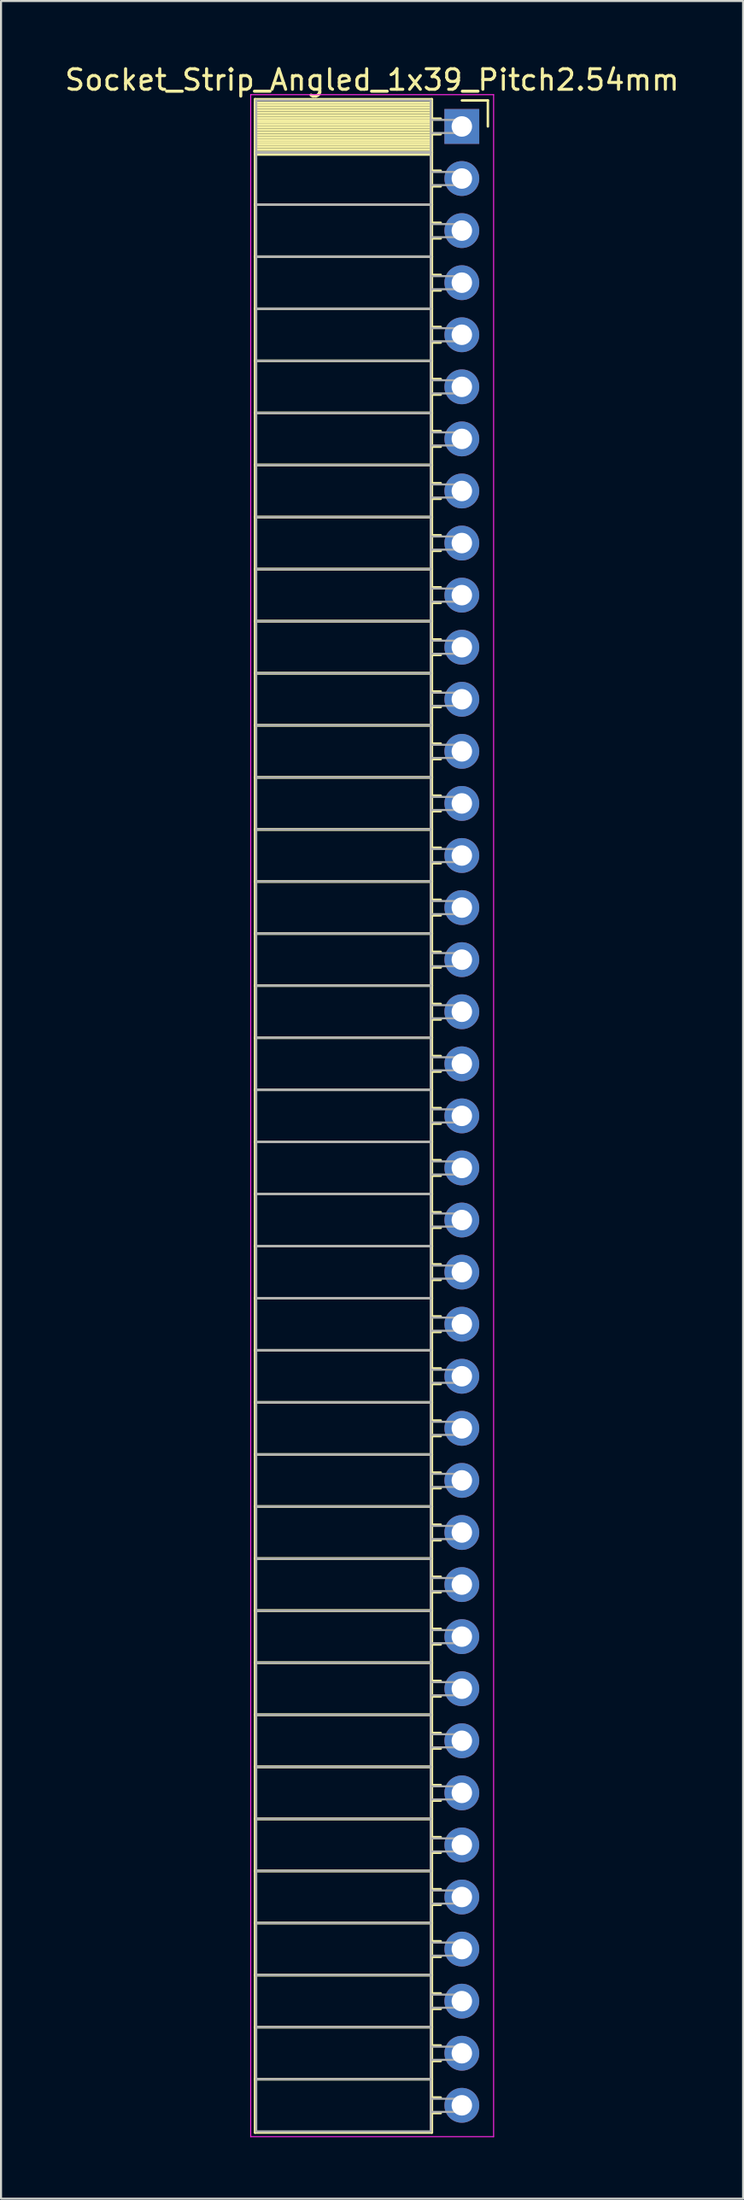
<source format=kicad_pcb>
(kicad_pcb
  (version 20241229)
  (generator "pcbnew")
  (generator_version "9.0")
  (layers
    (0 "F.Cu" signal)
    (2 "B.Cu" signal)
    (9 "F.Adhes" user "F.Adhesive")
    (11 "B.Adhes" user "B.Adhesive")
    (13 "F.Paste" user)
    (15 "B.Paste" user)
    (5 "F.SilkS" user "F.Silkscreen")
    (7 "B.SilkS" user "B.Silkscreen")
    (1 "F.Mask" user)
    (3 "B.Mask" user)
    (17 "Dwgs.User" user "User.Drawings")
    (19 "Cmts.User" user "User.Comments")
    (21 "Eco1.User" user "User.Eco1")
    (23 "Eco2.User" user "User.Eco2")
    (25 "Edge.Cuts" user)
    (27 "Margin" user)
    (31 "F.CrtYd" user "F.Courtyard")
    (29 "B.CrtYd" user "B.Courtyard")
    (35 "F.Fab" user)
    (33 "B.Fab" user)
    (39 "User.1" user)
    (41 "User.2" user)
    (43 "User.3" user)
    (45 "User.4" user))
  (footprint "Socket_Strip_Angled_1x39_Pitch2.54mm"
    (layer "F.Cu")
    (at 19.481 3.118)
    (property "Reference" "Socket_Strip_Angled_1x39_Pitch2.54mm" (at -4.38 -2.27 0) (layer "F.SilkS") (effects (font (size 1 1) (thickness 0.15))))
    (attr through_hole)
    (fp_line (start -10.09 -1.33) (end -1.46 -1.33) (stroke (width 0.12) (type solid)) (layer "F.SilkS"))
    (fp_line (start -10.09 1.27) (end -10.09 -1.33) (stroke (width 0.12) (type solid)) (layer "F.SilkS"))
    (fp_line (start -10.09 1.27) (end -1.46 1.27) (stroke (width 0.12) (type solid)) (layer "F.SilkS"))
    (fp_line (start -10.09 3.81) (end -10.09 1.27) (stroke (width 0.12) (type solid)) (layer "F.SilkS"))
    (fp_line (start -10.09 3.81) (end -1.46 3.81) (stroke (width 0.12) (type solid)) (layer "F.SilkS"))
    (fp_line (start -10.09 6.35) (end -10.09 3.81) (stroke (width 0.12) (type solid)) (layer "F.SilkS"))
    (fp_line (start -10.09 6.35) (end -1.46 6.35) (stroke (width 0.12) (type solid)) (layer "F.SilkS"))
    (fp_line (start -10.09 8.89) (end -10.09 6.35) (stroke (width 0.12) (type solid)) (layer "F.SilkS"))
    (fp_line (start -10.09 8.89) (end -1.46 8.89) (stroke (width 0.12) (type solid)) (layer "F.SilkS"))
    (fp_line (start -10.09 11.43) (end -10.09 8.89) (stroke (width 0.12) (type solid)) (layer "F.SilkS"))
    (fp_line (start -10.09 11.43) (end -1.46 11.43) (stroke (width 0.12) (type solid)) (layer "F.SilkS"))
    (fp_line (start -10.09 13.97) (end -10.09 11.43) (stroke (width 0.12) (type solid)) (layer "F.SilkS"))
    (fp_line (start -10.09 13.97) (end -1.46 13.97) (stroke (width 0.12) (type solid)) (layer "F.SilkS"))
    (fp_line (start -10.09 16.51) (end -10.09 13.97) (stroke (width 0.12) (type solid)) (layer "F.SilkS"))
    (fp_line (start -10.09 16.51) (end -1.46 16.51) (stroke (width 0.12) (type solid)) (layer "F.SilkS"))
    (fp_line (start -10.09 19.05) (end -10.09 16.51) (stroke (width 0.12) (type solid)) (layer "F.SilkS"))
    (fp_line (start -10.09 19.05) (end -1.46 19.05) (stroke (width 0.12) (type solid)) (layer "F.SilkS"))
    (fp_line (start -10.09 21.59) (end -10.09 19.05) (stroke (width 0.12) (type solid)) (layer "F.SilkS"))
    (fp_line (start -10.09 21.59) (end -1.46 21.59) (stroke (width 0.12) (type solid)) (layer "F.SilkS"))
    (fp_line (start -10.09 24.13) (end -10.09 21.59) (stroke (width 0.12) (type solid)) (layer "F.SilkS"))
    (fp_line (start -10.09 24.13) (end -1.46 24.13) (stroke (width 0.12) (type solid)) (layer "F.SilkS"))
    (fp_line (start -10.09 26.67) (end -10.09 24.13) (stroke (width 0.12) (type solid)) (layer "F.SilkS"))
    (fp_line (start -10.09 26.67) (end -1.46 26.67) (stroke (width 0.12) (type solid)) (layer "F.SilkS"))
    (fp_line (start -10.09 29.21) (end -10.09 26.67) (stroke (width 0.12) (type solid)) (layer "F.SilkS"))
    (fp_line (start -10.09 29.21) (end -1.46 29.21) (stroke (width 0.12) (type solid)) (layer "F.SilkS"))
    (fp_line (start -10.09 31.75) (end -10.09 29.21) (stroke (width 0.12) (type solid)) (layer "F.SilkS"))
    (fp_line (start -10.09 31.75) (end -1.46 31.75) (stroke (width 0.12) (type solid)) (layer "F.SilkS"))
    (fp_line (start -10.09 34.29) (end -10.09 31.75) (stroke (width 0.12) (type solid)) (layer "F.SilkS"))
    (fp_line (start -10.09 34.29) (end -1.46 34.29) (stroke (width 0.12) (type solid)) (layer "F.SilkS"))
    (fp_line (start -10.09 36.83) (end -10.09 34.29) (stroke (width 0.12) (type solid)) (layer "F.SilkS"))
    (fp_line (start -10.09 36.83) (end -1.46 36.83) (stroke (width 0.12) (type solid)) (layer "F.SilkS"))
    (fp_line (start -10.09 39.37) (end -10.09 36.83) (stroke (width 0.12) (type solid)) (layer "F.SilkS"))
    (fp_line (start -10.09 39.37) (end -1.46 39.37) (stroke (width 0.12) (type solid)) (layer "F.SilkS"))
    (fp_line (start -10.09 41.91) (end -10.09 39.37) (stroke (width 0.12) (type solid)) (layer "F.SilkS"))
    (fp_line (start -10.09 41.91) (end -1.46 41.91) (stroke (width 0.12) (type solid)) (layer "F.SilkS"))
    (fp_line (start -10.09 44.45) (end -10.09 41.91) (stroke (width 0.12) (type solid)) (layer "F.SilkS"))
    (fp_line (start -10.09 44.45) (end -1.46 44.45) (stroke (width 0.12) (type solid)) (layer "F.SilkS"))
    (fp_line (start -10.09 46.99) (end -10.09 44.45) (stroke (width 0.12) (type solid)) (layer "F.SilkS"))
    (fp_line (start -10.09 46.99) (end -1.46 46.99) (stroke (width 0.12) (type solid)) (layer "F.SilkS"))
    (fp_line (start -10.09 49.53) (end -10.09 46.99) (stroke (width 0.12) (type solid)) (layer "F.SilkS"))
    (fp_line (start -10.09 49.53) (end -1.46 49.53) (stroke (width 0.12) (type solid)) (layer "F.SilkS"))
    (fp_line (start -10.09 52.07) (end -10.09 49.53) (stroke (width 0.12) (type solid)) (layer "F.SilkS"))
    (fp_line (start -10.09 52.07) (end -1.46 52.07) (stroke (width 0.12) (type solid)) (layer "F.SilkS"))
    (fp_line (start -10.09 54.61) (end -10.09 52.07) (stroke (width 0.12) (type solid)) (layer "F.SilkS"))
    (fp_line (start -10.09 54.61) (end -1.46 54.61) (stroke (width 0.12) (type solid)) (layer "F.SilkS"))
    (fp_line (start -10.09 57.15) (end -10.09 54.61) (stroke (width 0.12) (type solid)) (layer "F.SilkS"))
    (fp_line (start -10.09 57.15) (end -1.46 57.15) (stroke (width 0.12) (type solid)) (layer "F.SilkS"))
    (fp_line (start -10.09 59.69) (end -10.09 57.15) (stroke (width 0.12) (type solid)) (layer "F.SilkS"))
    (fp_line (start -10.09 59.69) (end -1.46 59.69) (stroke (width 0.12) (type solid)) (layer "F.SilkS"))
    (fp_line (start -10.09 62.23) (end -10.09 59.69) (stroke (width 0.12) (type solid)) (layer "F.SilkS"))
    (fp_line (start -10.09 62.23) (end -1.46 62.23) (stroke (width 0.12) (type solid)) (layer "F.SilkS"))
    (fp_line (start -10.09 64.77) (end -10.09 62.23) (stroke (width 0.12) (type solid)) (layer "F.SilkS"))
    (fp_line (start -10.09 64.77) (end -1.46 64.77) (stroke (width 0.12) (type solid)) (layer "F.SilkS"))
    (fp_line (start -10.09 67.31) (end -10.09 64.77) (stroke (width 0.12) (type solid)) (layer "F.SilkS"))
    (fp_line (start -10.09 67.31) (end -1.46 67.31) (stroke (width 0.12) (type solid)) (layer "F.SilkS"))
    (fp_line (start -10.09 69.85) (end -10.09 67.31) (stroke (width 0.12) (type solid)) (layer "F.SilkS"))
    (fp_line (start -10.09 69.85) (end -1.46 69.85) (stroke (width 0.12) (type solid)) (layer "F.SilkS"))
    (fp_line (start -10.09 72.39) (end -10.09 69.85) (stroke (width 0.12) (type solid)) (layer "F.SilkS"))
    (fp_line (start -10.09 72.39) (end -1.46 72.39) (stroke (width 0.12) (type solid)) (layer "F.SilkS"))
    (fp_line (start -10.09 74.93) (end -10.09 72.39) (stroke (width 0.12) (type solid)) (layer "F.SilkS"))
    (fp_line (start -10.09 74.93) (end -1.46 74.93) (stroke (width 0.12) (type solid)) (layer "F.SilkS"))
    (fp_line (start -10.09 77.47) (end -10.09 74.93) (stroke (width 0.12) (type solid)) (layer "F.SilkS"))
    (fp_line (start -10.09 77.47) (end -1.46 77.47) (stroke (width 0.12) (type solid)) (layer "F.SilkS"))
    (fp_line (start -10.09 80.01) (end -10.09 77.47) (stroke (width 0.12) (type solid)) (layer "F.SilkS"))
    (fp_line (start -10.09 80.01) (end -1.46 80.01) (stroke (width 0.12) (type solid)) (layer "F.SilkS"))
    (fp_line (start -10.09 82.55) (end -10.09 80.01) (stroke (width 0.12) (type solid)) (layer "F.SilkS"))
    (fp_line (start -10.09 82.55) (end -1.46 82.55) (stroke (width 0.12) (type solid)) (layer "F.SilkS"))
    (fp_line (start -10.09 85.09) (end -10.09 82.55) (stroke (width 0.12) (type solid)) (layer "F.SilkS"))
    (fp_line (start -10.09 85.09) (end -1.46 85.09) (stroke (width 0.12) (type solid)) (layer "F.SilkS"))
    (fp_line (start -10.09 87.63) (end -10.09 85.09) (stroke (width 0.12) (type solid)) (layer "F.SilkS"))
    (fp_line (start -10.09 87.63) (end -1.46 87.63) (stroke (width 0.12) (type solid)) (layer "F.SilkS"))
    (fp_line (start -10.09 90.17) (end -10.09 87.63) (stroke (width 0.12) (type solid)) (layer "F.SilkS"))
    (fp_line (start -10.09 90.17) (end -1.46 90.17) (stroke (width 0.12) (type solid)) (layer "F.SilkS"))
    (fp_line (start -10.09 92.71) (end -10.09 90.17) (stroke (width 0.12) (type solid)) (layer "F.SilkS"))
    (fp_line (start -10.09 92.71) (end -1.46 92.71) (stroke (width 0.12) (type solid)) (layer "F.SilkS"))
    (fp_line (start -10.09 95.25) (end -10.09 92.71) (stroke (width 0.12) (type solid)) (layer "F.SilkS"))
    (fp_line (start -10.09 95.25) (end -1.46 95.25) (stroke (width 0.12) (type solid)) (layer "F.SilkS"))
    (fp_line (start -10.09 97.85) (end -10.09 95.25) (stroke (width 0.12) (type solid)) (layer "F.SilkS"))
    (fp_line (start -1.46 -1.33) (end -1.46 1.27) (stroke (width 0.12) (type solid)) (layer "F.SilkS"))
    (fp_line (start -1.46 -1.15) (end -10.09 -1.15) (stroke (width 0.12) (type solid)) (layer "F.SilkS"))
    (fp_line (start -1.46 -1.03) (end -10.09 -1.03) (stroke (width 0.12) (type solid)) (layer "F.SilkS"))
    (fp_line (start -1.46 -0.91) (end -10.09 -0.91) (stroke (width 0.12) (type solid)) (layer "F.SilkS"))
    (fp_line (start -1.46 -0.79) (end -10.09 -0.79) (stroke (width 0.12) (type solid)) (layer "F.SilkS"))
    (fp_line (start -1.46 -0.67) (end -10.09 -0.67) (stroke (width 0.12) (type solid)) (layer "F.SilkS"))
    (fp_line (start -1.46 -0.55) (end -10.09 -0.55) (stroke (width 0.12) (type solid)) (layer "F.SilkS"))
    (fp_line (start -1.46 -0.43) (end -10.09 -0.43) (stroke (width 0.12) (type solid)) (layer "F.SilkS"))
    (fp_line (start -1.46 -0.31) (end -10.09 -0.31) (stroke (width 0.12) (type solid)) (layer "F.SilkS"))
    (fp_line (start -1.46 -0.19) (end -10.09 -0.19) (stroke (width 0.12) (type solid)) (layer "F.SilkS"))
    (fp_line (start -1.46 -0.07) (end -10.09 -0.07) (stroke (width 0.12) (type solid)) (layer "F.SilkS"))
    (fp_line (start -1.46 0.05) (end -10.09 0.05) (stroke (width 0.12) (type solid)) (layer "F.SilkS"))
    (fp_line (start -1.46 0.17) (end -10.09 0.17) (stroke (width 0.12) (type solid)) (layer "F.SilkS"))
    (fp_line (start -1.46 0.29) (end -10.09 0.29) (stroke (width 0.12) (type solid)) (layer "F.SilkS"))
    (fp_line (start -1.46 0.41) (end -10.09 0.41) (stroke (width 0.12) (type solid)) (layer "F.SilkS"))
    (fp_line (start -1.46 0.53) (end -10.09 0.53) (stroke (width 0.12) (type solid)) (layer "F.SilkS"))
    (fp_line (start -1.46 0.65) (end -10.09 0.65) (stroke (width 0.12) (type solid)) (layer "F.SilkS"))
    (fp_line (start -1.46 0.77) (end -10.09 0.77) (stroke (width 0.12) (type solid)) (layer "F.SilkS"))
    (fp_line (start -1.46 0.89) (end -10.09 0.89) (stroke (width 0.12) (type solid)) (layer "F.SilkS"))
    (fp_line (start -1.46 1.01) (end -10.09 1.01) (stroke (width 0.12) (type solid)) (layer "F.SilkS"))
    (fp_line (start -1.46 1.13) (end -10.09 1.13) (stroke (width 0.12) (type solid)) (layer "F.SilkS"))
    (fp_line (start -1.46 1.25) (end -10.09 1.25) (stroke (width 0.12) (type solid)) (layer "F.SilkS"))
    (fp_line (start -1.46 1.27) (end -10.09 1.27) (stroke (width 0.12) (type solid)) (layer "F.SilkS"))
    (fp_line (start -1.46 1.27) (end -1.46 3.81) (stroke (width 0.12) (type solid)) (layer "F.SilkS"))
    (fp_line (start -1.46 1.37) (end -10.09 1.37) (stroke (width 0.12) (type solid)) (layer "F.SilkS"))
    (fp_line (start -1.46 3.81) (end -10.09 3.81) (stroke (width 0.12) (type solid)) (layer "F.SilkS"))
    (fp_line (start -1.46 3.81) (end -1.46 6.35) (stroke (width 0.12) (type solid)) (layer "F.SilkS"))
    (fp_line (start -1.46 6.35) (end -10.09 6.35) (stroke (width 0.12) (type solid)) (layer "F.SilkS"))
    (fp_line (start -1.46 6.35) (end -1.46 8.89) (stroke (width 0.12) (type solid)) (layer "F.SilkS"))
    (fp_line (start -1.46 8.89) (end -10.09 8.89) (stroke (width 0.12) (type solid)) (layer "F.SilkS"))
    (fp_line (start -1.46 8.89) (end -1.46 11.43) (stroke (width 0.12) (type solid)) (layer "F.SilkS"))
    (fp_line (start -1.46 11.43) (end -10.09 11.43) (stroke (width 0.12) (type solid)) (layer "F.SilkS"))
    (fp_line (start -1.46 11.43) (end -1.46 13.97) (stroke (width 0.12) (type solid)) (layer "F.SilkS"))
    (fp_line (start -1.46 13.97) (end -10.09 13.97) (stroke (width 0.12) (type solid)) (layer "F.SilkS"))
    (fp_line (start -1.46 13.97) (end -1.46 16.51) (stroke (width 0.12) (type solid)) (layer "F.SilkS"))
    (fp_line (start -1.46 16.51) (end -10.09 16.51) (stroke (width 0.12) (type solid)) (layer "F.SilkS"))
    (fp_line (start -1.46 16.51) (end -1.46 19.05) (stroke (width 0.12) (type solid)) (layer "F.SilkS"))
    (fp_line (start -1.46 19.05) (end -10.09 19.05) (stroke (width 0.12) (type solid)) (layer "F.SilkS"))
    (fp_line (start -1.46 19.05) (end -1.46 21.59) (stroke (width 0.12) (type solid)) (layer "F.SilkS"))
    (fp_line (start -1.46 21.59) (end -10.09 21.59) (stroke (width 0.12) (type solid)) (layer "F.SilkS"))
    (fp_line (start -1.46 21.59) (end -1.46 24.13) (stroke (width 0.12) (type solid)) (layer "F.SilkS"))
    (fp_line (start -1.46 24.13) (end -10.09 24.13) (stroke (width 0.12) (type solid)) (layer "F.SilkS"))
    (fp_line (start -1.46 24.13) (end -1.46 26.67) (stroke (width 0.12) (type solid)) (layer "F.SilkS"))
    (fp_line (start -1.46 26.67) (end -10.09 26.67) (stroke (width 0.12) (type solid)) (layer "F.SilkS"))
    (fp_line (start -1.46 26.67) (end -1.46 29.21) (stroke (width 0.12) (type solid)) (layer "F.SilkS"))
    (fp_line (start -1.46 29.21) (end -10.09 29.21) (stroke (width 0.12) (type solid)) (layer "F.SilkS"))
    (fp_line (start -1.46 29.21) (end -1.46 31.75) (stroke (width 0.12) (type solid)) (layer "F.SilkS"))
    (fp_line (start -1.46 31.75) (end -10.09 31.75) (stroke (width 0.12) (type solid)) (layer "F.SilkS"))
    (fp_line (start -1.46 31.75) (end -1.46 34.29) (stroke (width 0.12) (type solid)) (layer "F.SilkS"))
    (fp_line (start -1.46 34.29) (end -10.09 34.29) (stroke (width 0.12) (type solid)) (layer "F.SilkS"))
    (fp_line (start -1.46 34.29) (end -1.46 36.83) (stroke (width 0.12) (type solid)) (layer "F.SilkS"))
    (fp_line (start -1.46 36.83) (end -10.09 36.83) (stroke (width 0.12) (type solid)) (layer "F.SilkS"))
    (fp_line (start -1.46 36.83) (end -1.46 39.37) (stroke (width 0.12) (type solid)) (layer "F.SilkS"))
    (fp_line (start -1.46 39.37) (end -10.09 39.37) (stroke (width 0.12) (type solid)) (layer "F.SilkS"))
    (fp_line (start -1.46 39.37) (end -1.46 41.91) (stroke (width 0.12) (type solid)) (layer "F.SilkS"))
    (fp_line (start -1.46 41.91) (end -10.09 41.91) (stroke (width 0.12) (type solid)) (layer "F.SilkS"))
    (fp_line (start -1.46 41.91) (end -1.46 44.45) (stroke (width 0.12) (type solid)) (layer "F.SilkS"))
    (fp_line (start -1.46 44.45) (end -10.09 44.45) (stroke (width 0.12) (type solid)) (layer "F.SilkS"))
    (fp_line (start -1.46 44.45) (end -1.46 46.99) (stroke (width 0.12) (type solid)) (layer "F.SilkS"))
    (fp_line (start -1.46 46.99) (end -10.09 46.99) (stroke (width 0.12) (type solid)) (layer "F.SilkS"))
    (fp_line (start -1.46 46.99) (end -1.46 49.53) (stroke (width 0.12) (type solid)) (layer "F.SilkS"))
    (fp_line (start -1.46 49.53) (end -10.09 49.53) (stroke (width 0.12) (type solid)) (layer "F.SilkS"))
    (fp_line (start -1.46 49.53) (end -1.46 52.07) (stroke (width 0.12) (type solid)) (layer "F.SilkS"))
    (fp_line (start -1.46 52.07) (end -10.09 52.07) (stroke (width 0.12) (type solid)) (layer "F.SilkS"))
    (fp_line (start -1.46 52.07) (end -1.46 54.61) (stroke (width 0.12) (type solid)) (layer "F.SilkS"))
    (fp_line (start -1.46 54.61) (end -10.09 54.61) (stroke (width 0.12) (type solid)) (layer "F.SilkS"))
    (fp_line (start -1.46 54.61) (end -1.46 57.15) (stroke (width 0.12) (type solid)) (layer "F.SilkS"))
    (fp_line (start -1.46 57.15) (end -10.09 57.15) (stroke (width 0.12) (type solid)) (layer "F.SilkS"))
    (fp_line (start -1.46 57.15) (end -1.46 59.69) (stroke (width 0.12) (type solid)) (layer "F.SilkS"))
    (fp_line (start -1.46 59.69) (end -10.09 59.69) (stroke (width 0.12) (type solid)) (layer "F.SilkS"))
    (fp_line (start -1.46 59.69) (end -1.46 62.23) (stroke (width 0.12) (type solid)) (layer "F.SilkS"))
    (fp_line (start -1.46 62.23) (end -10.09 62.23) (stroke (width 0.12) (type solid)) (layer "F.SilkS"))
    (fp_line (start -1.46 62.23) (end -1.46 64.77) (stroke (width 0.12) (type solid)) (layer "F.SilkS"))
    (fp_line (start -1.46 64.77) (end -10.09 64.77) (stroke (width 0.12) (type solid)) (layer "F.SilkS"))
    (fp_line (start -1.46 64.77) (end -1.46 67.31) (stroke (width 0.12) (type solid)) (layer "F.SilkS"))
    (fp_line (start -1.46 67.31) (end -10.09 67.31) (stroke (width 0.12) (type solid)) (layer "F.SilkS"))
    (fp_line (start -1.46 67.31) (end -1.46 69.85) (stroke (width 0.12) (type solid)) (layer "F.SilkS"))
    (fp_line (start -1.46 69.85) (end -10.09 69.85) (stroke (width 0.12) (type solid)) (layer "F.SilkS"))
    (fp_line (start -1.46 69.85) (end -1.46 72.39) (stroke (width 0.12) (type solid)) (layer "F.SilkS"))
    (fp_line (start -1.46 72.39) (end -10.09 72.39) (stroke (width 0.12) (type solid)) (layer "F.SilkS"))
    (fp_line (start -1.46 72.39) (end -1.46 74.93) (stroke (width 0.12) (type solid)) (layer "F.SilkS"))
    (fp_line (start -1.46 74.93) (end -10.09 74.93) (stroke (width 0.12) (type solid)) (layer "F.SilkS"))
    (fp_line (start -1.46 74.93) (end -1.46 77.47) (stroke (width 0.12) (type solid)) (layer "F.SilkS"))
    (fp_line (start -1.46 77.47) (end -10.09 77.47) (stroke (width 0.12) (type solid)) (layer "F.SilkS"))
    (fp_line (start -1.46 77.47) (end -1.46 80.01) (stroke (width 0.12) (type solid)) (layer "F.SilkS"))
    (fp_line (start -1.46 80.01) (end -10.09 80.01) (stroke (width 0.12) (type solid)) (layer "F.SilkS"))
    (fp_line (start -1.46 80.01) (end -1.46 82.55) (stroke (width 0.12) (type solid)) (layer "F.SilkS"))
    (fp_line (start -1.46 82.55) (end -10.09 82.55) (stroke (width 0.12) (type solid)) (layer "F.SilkS"))
    (fp_line (start -1.46 82.55) (end -1.46 85.09) (stroke (width 0.12) (type solid)) (layer "F.SilkS"))
    (fp_line (start -1.46 85.09) (end -10.09 85.09) (stroke (width 0.12) (type solid)) (layer "F.SilkS"))
    (fp_line (start -1.46 85.09) (end -1.46 87.63) (stroke (width 0.12) (type solid)) (layer "F.SilkS"))
    (fp_line (start -1.46 87.63) (end -10.09 87.63) (stroke (width 0.12) (type solid)) (layer "F.SilkS"))
    (fp_line (start -1.46 87.63) (end -1.46 90.17) (stroke (width 0.12) (type solid)) (layer "F.SilkS"))
    (fp_line (start -1.46 90.17) (end -10.09 90.17) (stroke (width 0.12) (type solid)) (layer "F.SilkS"))
    (fp_line (start -1.46 90.17) (end -1.46 92.71) (stroke (width 0.12) (type solid)) (layer "F.SilkS"))
    (fp_line (start -1.46 92.71) (end -10.09 92.71) (stroke (width 0.12) (type solid)) (layer "F.SilkS"))
    (fp_line (start -1.46 92.71) (end -1.46 95.25) (stroke (width 0.12) (type solid)) (layer "F.SilkS"))
    (fp_line (start -1.46 95.25) (end -10.09 95.25) (stroke (width 0.12) (type solid)) (layer "F.SilkS"))
    (fp_line (start -1.46 95.25) (end -1.46 97.85) (stroke (width 0.12) (type solid)) (layer "F.SilkS"))
    (fp_line (start -1.46 97.85) (end -10.09 97.85) (stroke (width 0.12) (type solid)) (layer "F.SilkS"))
    (fp_line (start -1.03 -0.38) (end -1.46 -0.38) (stroke (width 0.12) (type solid)) (layer "F.SilkS"))
    (fp_line (start -1.03 0.38) (end -1.46 0.38) (stroke (width 0.12) (type solid)) (layer "F.SilkS"))
    (fp_line (start -1.03 2.16) (end -1.46 2.16) (stroke (width 0.12) (type solid)) (layer "F.SilkS"))
    (fp_line (start -1.03 2.92) (end -1.46 2.92) (stroke (width 0.12) (type solid)) (layer "F.SilkS"))
    (fp_line (start -1.03 4.7) (end -1.46 4.7) (stroke (width 0.12) (type solid)) (layer "F.SilkS"))
    (fp_line (start -1.03 5.46) (end -1.46 5.46) (stroke (width 0.12) (type solid)) (layer "F.SilkS"))
    (fp_line (start -1.03 7.24) (end -1.46 7.24) (stroke (width 0.12) (type solid)) (layer "F.SilkS"))
    (fp_line (start -1.03 8) (end -1.46 8) (stroke (width 0.12) (type solid)) (layer "F.SilkS"))
    (fp_line (start -1.03 9.78) (end -1.46 9.78) (stroke (width 0.12) (type solid)) (layer "F.SilkS"))
    (fp_line (start -1.03 10.54) (end -1.46 10.54) (stroke (width 0.12) (type solid)) (layer "F.SilkS"))
    (fp_line (start -1.03 12.32) (end -1.46 12.32) (stroke (width 0.12) (type solid)) (layer "F.SilkS"))
    (fp_line (start -1.03 13.08) (end -1.46 13.08) (stroke (width 0.12) (type solid)) (layer "F.SilkS"))
    (fp_line (start -1.03 14.86) (end -1.46 14.86) (stroke (width 0.12) (type solid)) (layer "F.SilkS"))
    (fp_line (start -1.03 15.62) (end -1.46 15.62) (stroke (width 0.12) (type solid)) (layer "F.SilkS"))
    (fp_line (start -1.03 17.4) (end -1.46 17.4) (stroke (width 0.12) (type solid)) (layer "F.SilkS"))
    (fp_line (start -1.03 18.16) (end -1.46 18.16) (stroke (width 0.12) (type solid)) (layer "F.SilkS"))
    (fp_line (start -1.03 19.94) (end -1.46 19.94) (stroke (width 0.12) (type solid)) (layer "F.SilkS"))
    (fp_line (start -1.03 20.7) (end -1.46 20.7) (stroke (width 0.12) (type solid)) (layer "F.SilkS"))
    (fp_line (start -1.03 22.48) (end -1.46 22.48) (stroke (width 0.12) (type solid)) (layer "F.SilkS"))
    (fp_line (start -1.03 23.24) (end -1.46 23.24) (stroke (width 0.12) (type solid)) (layer "F.SilkS"))
    (fp_line (start -1.03 25.02) (end -1.46 25.02) (stroke (width 0.12) (type solid)) (layer "F.SilkS"))
    (fp_line (start -1.03 25.78) (end -1.46 25.78) (stroke (width 0.12) (type solid)) (layer "F.SilkS"))
    (fp_line (start -1.03 27.56) (end -1.46 27.56) (stroke (width 0.12) (type solid)) (layer "F.SilkS"))
    (fp_line (start -1.03 28.32) (end -1.46 28.32) (stroke (width 0.12) (type solid)) (layer "F.SilkS"))
    (fp_line (start -1.03 30.1) (end -1.46 30.1) (stroke (width 0.12) (type solid)) (layer "F.SilkS"))
    (fp_line (start -1.03 30.86) (end -1.46 30.86) (stroke (width 0.12) (type solid)) (layer "F.SilkS"))
    (fp_line (start -1.03 32.64) (end -1.46 32.64) (stroke (width 0.12) (type solid)) (layer "F.SilkS"))
    (fp_line (start -1.03 33.4) (end -1.46 33.4) (stroke (width 0.12) (type solid)) (layer "F.SilkS"))
    (fp_line (start -1.03 35.18) (end -1.46 35.18) (stroke (width 0.12) (type solid)) (layer "F.SilkS"))
    (fp_line (start -1.03 35.94) (end -1.46 35.94) (stroke (width 0.12) (type solid)) (layer "F.SilkS"))
    (fp_line (start -1.03 37.72) (end -1.46 37.72) (stroke (width 0.12) (type solid)) (layer "F.SilkS"))
    (fp_line (start -1.03 38.48) (end -1.46 38.48) (stroke (width 0.12) (type solid)) (layer "F.SilkS"))
    (fp_line (start -1.03 40.26) (end -1.46 40.26) (stroke (width 0.12) (type solid)) (layer "F.SilkS"))
    (fp_line (start -1.03 41.02) (end -1.46 41.02) (stroke (width 0.12) (type solid)) (layer "F.SilkS"))
    (fp_line (start -1.03 42.8) (end -1.46 42.8) (stroke (width 0.12) (type solid)) (layer "F.SilkS"))
    (fp_line (start -1.03 43.56) (end -1.46 43.56) (stroke (width 0.12) (type solid)) (layer "F.SilkS"))
    (fp_line (start -1.03 45.34) (end -1.46 45.34) (stroke (width 0.12) (type solid)) (layer "F.SilkS"))
    (fp_line (start -1.03 46.1) (end -1.46 46.1) (stroke (width 0.12) (type solid)) (layer "F.SilkS"))
    (fp_line (start -1.03 47.88) (end -1.46 47.88) (stroke (width 0.12) (type solid)) (layer "F.SilkS"))
    (fp_line (start -1.03 48.64) (end -1.46 48.64) (stroke (width 0.12) (type solid)) (layer "F.SilkS"))
    (fp_line (start -1.03 50.42) (end -1.46 50.42) (stroke (width 0.12) (type solid)) (layer "F.SilkS"))
    (fp_line (start -1.03 51.18) (end -1.46 51.18) (stroke (width 0.12) (type solid)) (layer "F.SilkS"))
    (fp_line (start -1.03 52.96) (end -1.46 52.96) (stroke (width 0.12) (type solid)) (layer "F.SilkS"))
    (fp_line (start -1.03 53.72) (end -1.46 53.72) (stroke (width 0.12) (type solid)) (layer "F.SilkS"))
    (fp_line (start -1.03 55.5) (end -1.46 55.5) (stroke (width 0.12) (type solid)) (layer "F.SilkS"))
    (fp_line (start -1.03 56.26) (end -1.46 56.26) (stroke (width 0.12) (type solid)) (layer "F.SilkS"))
    (fp_line (start -1.03 58.04) (end -1.46 58.04) (stroke (width 0.12) (type solid)) (layer "F.SilkS"))
    (fp_line (start -1.03 58.8) (end -1.46 58.8) (stroke (width 0.12) (type solid)) (layer "F.SilkS"))
    (fp_line (start -1.03 60.58) (end -1.46 60.58) (stroke (width 0.12) (type solid)) (layer "F.SilkS"))
    (fp_line (start -1.03 61.34) (end -1.46 61.34) (stroke (width 0.12) (type solid)) (layer "F.SilkS"))
    (fp_line (start -1.03 63.12) (end -1.46 63.12) (stroke (width 0.12) (type solid)) (layer "F.SilkS"))
    (fp_line (start -1.03 63.88) (end -1.46 63.88) (stroke (width 0.12) (type solid)) (layer "F.SilkS"))
    (fp_line (start -1.03 65.66) (end -1.46 65.66) (stroke (width 0.12) (type solid)) (layer "F.SilkS"))
    (fp_line (start -1.03 66.42) (end -1.46 66.42) (stroke (width 0.12) (type solid)) (layer "F.SilkS"))
    (fp_line (start -1.03 68.2) (end -1.46 68.2) (stroke (width 0.12) (type solid)) (layer "F.SilkS"))
    (fp_line (start -1.03 68.96) (end -1.46 68.96) (stroke (width 0.12) (type solid)) (layer "F.SilkS"))
    (fp_line (start -1.03 70.74) (end -1.46 70.74) (stroke (width 0.12) (type solid)) (layer "F.SilkS"))
    (fp_line (start -1.03 71.5) (end -1.46 71.5) (stroke (width 0.12) (type solid)) (layer "F.SilkS"))
    (fp_line (start -1.03 73.28) (end -1.46 73.28) (stroke (width 0.12) (type solid)) (layer "F.SilkS"))
    (fp_line (start -1.03 74.04) (end -1.46 74.04) (stroke (width 0.12) (type solid)) (layer "F.SilkS"))
    (fp_line (start -1.03 75.82) (end -1.46 75.82) (stroke (width 0.12) (type solid)) (layer "F.SilkS"))
    (fp_line (start -1.03 76.58) (end -1.46 76.58) (stroke (width 0.12) (type solid)) (layer "F.SilkS"))
    (fp_line (start -1.03 78.36) (end -1.46 78.36) (stroke (width 0.12) (type solid)) (layer "F.SilkS"))
    (fp_line (start -1.03 79.12) (end -1.46 79.12) (stroke (width 0.12) (type solid)) (layer "F.SilkS"))
    (fp_line (start -1.03 80.9) (end -1.46 80.9) (stroke (width 0.12) (type solid)) (layer "F.SilkS"))
    (fp_line (start -1.03 81.66) (end -1.46 81.66) (stroke (width 0.12) (type solid)) (layer "F.SilkS"))
    (fp_line (start -1.03 83.44) (end -1.46 83.44) (stroke (width 0.12) (type solid)) (layer "F.SilkS"))
    (fp_line (start -1.03 84.2) (end -1.46 84.2) (stroke (width 0.12) (type solid)) (layer "F.SilkS"))
    (fp_line (start -1.03 85.98) (end -1.46 85.98) (stroke (width 0.12) (type solid)) (layer "F.SilkS"))
    (fp_line (start -1.03 86.74) (end -1.46 86.74) (stroke (width 0.12) (type solid)) (layer "F.SilkS"))
    (fp_line (start -1.03 88.52) (end -1.46 88.52) (stroke (width 0.12) (type solid)) (layer "F.SilkS"))
    (fp_line (start -1.03 89.28) (end -1.46 89.28) (stroke (width 0.12) (type solid)) (layer "F.SilkS"))
    (fp_line (start -1.03 91.06) (end -1.46 91.06) (stroke (width 0.12) (type solid)) (layer "F.SilkS"))
    (fp_line (start -1.03 91.82) (end -1.46 91.82) (stroke (width 0.12) (type solid)) (layer "F.SilkS"))
    (fp_line (start -1.03 93.6) (end -1.46 93.6) (stroke (width 0.12) (type solid)) (layer "F.SilkS"))
    (fp_line (start -1.03 94.36) (end -1.46 94.36) (stroke (width 0.12) (type solid)) (layer "F.SilkS"))
    (fp_line (start -1.03 96.14) (end -1.46 96.14) (stroke (width 0.12) (type solid)) (layer "F.SilkS"))
    (fp_line (start -1.03 96.9) (end -1.46 96.9) (stroke (width 0.12) (type solid)) (layer "F.SilkS"))
    (fp_line (start 0 -1.27) (end 1.27 -1.27) (stroke (width 0.12) (type solid)) (layer "F.SilkS"))
    (fp_line (start 1.27 -1.27) (end 1.27 0) (stroke (width 0.12) (type solid)) (layer "F.SilkS"))
    (fp_line (start -10.3 -1.55) (end 1.55 -1.55) (stroke (width 0.05) (type solid)) (layer "F.CrtYd"))
    (fp_line (start -10.3 98.05) (end -10.3 -1.55) (stroke (width 0.05) (type solid)) (layer "F.CrtYd"))
    (fp_line (start 1.55 -1.55) (end 1.55 98.05) (stroke (width 0.05) (type solid)) (layer "F.CrtYd"))
    (fp_line (start 1.55 98.05) (end -10.3 98.05) (stroke (width 0.05) (type solid)) (layer "F.CrtYd"))
    (fp_line (start -10.03 -1.27) (end -1.52 -1.27) (stroke (width 0.1) (type solid)) (layer "F.Fab"))
    (fp_line (start -10.03 1.27) (end -10.03 -1.27) (stroke (width 0.1) (type solid)) (layer "F.Fab"))
    (fp_line (start -10.03 1.27) (end -1.52 1.27) (stroke (width 0.1) (type solid)) (layer "F.Fab"))
    (fp_line (start -10.03 3.81) (end -10.03 1.27) (stroke (width 0.1) (type solid)) (layer "F.Fab"))
    (fp_line (start -10.03 3.81) (end -1.52 3.81) (stroke (width 0.1) (type solid)) (layer "F.Fab"))
    (fp_line (start -10.03 6.35) (end -10.03 3.81) (stroke (width 0.1) (type solid)) (layer "F.Fab"))
    (fp_line (start -10.03 6.35) (end -1.52 6.35) (stroke (width 0.1) (type solid)) (layer "F.Fab"))
    (fp_line (start -10.03 8.89) (end -10.03 6.35) (stroke (width 0.1) (type solid)) (layer "F.Fab"))
    (fp_line (start -10.03 8.89) (end -1.52 8.89) (stroke (width 0.1) (type solid)) (layer "F.Fab"))
    (fp_line (start -10.03 11.43) (end -10.03 8.89) (stroke (width 0.1) (type solid)) (layer "F.Fab"))
    (fp_line (start -10.03 11.43) (end -1.52 11.43) (stroke (width 0.1) (type solid)) (layer "F.Fab"))
    (fp_line (start -10.03 13.97) (end -10.03 11.43) (stroke (width 0.1) (type solid)) (layer "F.Fab"))
    (fp_line (start -10.03 13.97) (end -1.52 13.97) (stroke (width 0.1) (type solid)) (layer "F.Fab"))
    (fp_line (start -10.03 16.51) (end -10.03 13.97) (stroke (width 0.1) (type solid)) (layer "F.Fab"))
    (fp_line (start -10.03 16.51) (end -1.52 16.51) (stroke (width 0.1) (type solid)) (layer "F.Fab"))
    (fp_line (start -10.03 19.05) (end -10.03 16.51) (stroke (width 0.1) (type solid)) (layer "F.Fab"))
    (fp_line (start -10.03 19.05) (end -1.52 19.05) (stroke (width 0.1) (type solid)) (layer "F.Fab"))
    (fp_line (start -10.03 21.59) (end -10.03 19.05) (stroke (width 0.1) (type solid)) (layer "F.Fab"))
    (fp_line (start -10.03 21.59) (end -1.52 21.59) (stroke (width 0.1) (type solid)) (layer "F.Fab"))
    (fp_line (start -10.03 24.13) (end -10.03 21.59) (stroke (width 0.1) (type solid)) (layer "F.Fab"))
    (fp_line (start -10.03 24.13) (end -1.52 24.13) (stroke (width 0.1) (type solid)) (layer "F.Fab"))
    (fp_line (start -10.03 26.67) (end -10.03 24.13) (stroke (width 0.1) (type solid)) (layer "F.Fab"))
    (fp_line (start -10.03 26.67) (end -1.52 26.67) (stroke (width 0.1) (type solid)) (layer "F.Fab"))
    (fp_line (start -10.03 29.21) (end -10.03 26.67) (stroke (width 0.1) (type solid)) (layer "F.Fab"))
    (fp_line (start -10.03 29.21) (end -1.52 29.21) (stroke (width 0.1) (type solid)) (layer "F.Fab"))
    (fp_line (start -10.03 31.75) (end -10.03 29.21) (stroke (width 0.1) (type solid)) (layer "F.Fab"))
    (fp_line (start -10.03 31.75) (end -1.52 31.75) (stroke (width 0.1) (type solid)) (layer "F.Fab"))
    (fp_line (start -10.03 34.29) (end -10.03 31.75) (stroke (width 0.1) (type solid)) (layer "F.Fab"))
    (fp_line (start -10.03 34.29) (end -1.52 34.29) (stroke (width 0.1) (type solid)) (layer "F.Fab"))
    (fp_line (start -10.03 36.83) (end -10.03 34.29) (stroke (width 0.1) (type solid)) (layer "F.Fab"))
    (fp_line (start -10.03 36.83) (end -1.52 36.83) (stroke (width 0.1) (type solid)) (layer "F.Fab"))
    (fp_line (start -10.03 39.37) (end -10.03 36.83) (stroke (width 0.1) (type solid)) (layer "F.Fab"))
    (fp_line (start -10.03 39.37) (end -1.52 39.37) (stroke (width 0.1) (type solid)) (layer "F.Fab"))
    (fp_line (start -10.03 41.91) (end -10.03 39.37) (stroke (width 0.1) (type solid)) (layer "F.Fab"))
    (fp_line (start -10.03 41.91) (end -1.52 41.91) (stroke (width 0.1) (type solid)) (layer "F.Fab"))
    (fp_line (start -10.03 44.45) (end -10.03 41.91) (stroke (width 0.1) (type solid)) (layer "F.Fab"))
    (fp_line (start -10.03 44.45) (end -1.52 44.45) (stroke (width 0.1) (type solid)) (layer "F.Fab"))
    (fp_line (start -10.03 46.99) (end -10.03 44.45) (stroke (width 0.1) (type solid)) (layer "F.Fab"))
    (fp_line (start -10.03 46.99) (end -1.52 46.99) (stroke (width 0.1) (type solid)) (layer "F.Fab"))
    (fp_line (start -10.03 49.53) (end -10.03 46.99) (stroke (width 0.1) (type solid)) (layer "F.Fab"))
    (fp_line (start -10.03 49.53) (end -1.52 49.53) (stroke (width 0.1) (type solid)) (layer "F.Fab"))
    (fp_line (start -10.03 52.07) (end -10.03 49.53) (stroke (width 0.1) (type solid)) (layer "F.Fab"))
    (fp_line (start -10.03 52.07) (end -1.52 52.07) (stroke (width 0.1) (type solid)) (layer "F.Fab"))
    (fp_line (start -10.03 54.61) (end -10.03 52.07) (stroke (width 0.1) (type solid)) (layer "F.Fab"))
    (fp_line (start -10.03 54.61) (end -1.52 54.61) (stroke (width 0.1) (type solid)) (layer "F.Fab"))
    (fp_line (start -10.03 57.15) (end -10.03 54.61) (stroke (width 0.1) (type solid)) (layer "F.Fab"))
    (fp_line (start -10.03 57.15) (end -1.52 57.15) (stroke (width 0.1) (type solid)) (layer "F.Fab"))
    (fp_line (start -10.03 59.69) (end -10.03 57.15) (stroke (width 0.1) (type solid)) (layer "F.Fab"))
    (fp_line (start -10.03 59.69) (end -1.52 59.69) (stroke (width 0.1) (type solid)) (layer "F.Fab"))
    (fp_line (start -10.03 62.23) (end -10.03 59.69) (stroke (width 0.1) (type solid)) (layer "F.Fab"))
    (fp_line (start -10.03 62.23) (end -1.52 62.23) (stroke (width 0.1) (type solid)) (layer "F.Fab"))
    (fp_line (start -10.03 64.77) (end -10.03 62.23) (stroke (width 0.1) (type solid)) (layer "F.Fab"))
    (fp_line (start -10.03 64.77) (end -1.52 64.77) (stroke (width 0.1) (type solid)) (layer "F.Fab"))
    (fp_line (start -10.03 67.31) (end -10.03 64.77) (stroke (width 0.1) (type solid)) (layer "F.Fab"))
    (fp_line (start -10.03 67.31) (end -1.52 67.31) (stroke (width 0.1) (type solid)) (layer "F.Fab"))
    (fp_line (start -10.03 69.85) (end -10.03 67.31) (stroke (width 0.1) (type solid)) (layer "F.Fab"))
    (fp_line (start -10.03 69.85) (end -1.52 69.85) (stroke (width 0.1) (type solid)) (layer "F.Fab"))
    (fp_line (start -10.03 72.39) (end -10.03 69.85) (stroke (width 0.1) (type solid)) (layer "F.Fab"))
    (fp_line (start -10.03 72.39) (end -1.52 72.39) (stroke (width 0.1) (type solid)) (layer "F.Fab"))
    (fp_line (start -10.03 74.93) (end -10.03 72.39) (stroke (width 0.1) (type solid)) (layer "F.Fab"))
    (fp_line (start -10.03 74.93) (end -1.52 74.93) (stroke (width 0.1) (type solid)) (layer "F.Fab"))
    (fp_line (start -10.03 77.47) (end -10.03 74.93) (stroke (width 0.1) (type solid)) (layer "F.Fab"))
    (fp_line (start -10.03 77.47) (end -1.52 77.47) (stroke (width 0.1) (type solid)) (layer "F.Fab"))
    (fp_line (start -10.03 80.01) (end -10.03 77.47) (stroke (width 0.1) (type solid)) (layer "F.Fab"))
    (fp_line (start -10.03 80.01) (end -1.52 80.01) (stroke (width 0.1) (type solid)) (layer "F.Fab"))
    (fp_line (start -10.03 82.55) (end -10.03 80.01) (stroke (width 0.1) (type solid)) (layer "F.Fab"))
    (fp_line (start -10.03 82.55) (end -1.52 82.55) (stroke (width 0.1) (type solid)) (layer "F.Fab"))
    (fp_line (start -10.03 85.09) (end -10.03 82.55) (stroke (width 0.1) (type solid)) (layer "F.Fab"))
    (fp_line (start -10.03 85.09) (end -1.52 85.09) (stroke (width 0.1) (type solid)) (layer "F.Fab"))
    (fp_line (start -10.03 87.63) (end -10.03 85.09) (stroke (width 0.1) (type solid)) (layer "F.Fab"))
    (fp_line (start -10.03 87.63) (end -1.52 87.63) (stroke (width 0.1) (type solid)) (layer "F.Fab"))
    (fp_line (start -10.03 90.17) (end -10.03 87.63) (stroke (width 0.1) (type solid)) (layer "F.Fab"))
    (fp_line (start -10.03 90.17) (end -1.52 90.17) (stroke (width 0.1) (type solid)) (layer "F.Fab"))
    (fp_line (start -10.03 92.71) (end -10.03 90.17) (stroke (width 0.1) (type solid)) (layer "F.Fab"))
    (fp_line (start -10.03 92.71) (end -1.52 92.71) (stroke (width 0.1) (type solid)) (layer "F.Fab"))
    (fp_line (start -10.03 95.25) (end -10.03 92.71) (stroke (width 0.1) (type solid)) (layer "F.Fab"))
    (fp_line (start -10.03 95.25) (end -1.52 95.25) (stroke (width 0.1) (type solid)) (layer "F.Fab"))
    (fp_line (start -10.03 97.79) (end -10.03 95.25) (stroke (width 0.1) (type solid)) (layer "F.Fab"))
    (fp_line (start -1.52 -1.27) (end -1.52 1.27) (stroke (width 0.1) (type solid)) (layer "F.Fab"))
    (fp_line (start -1.52 -0.32) (end 0 -0.32) (stroke (width 0.1) (type solid)) (layer "F.Fab"))
    (fp_line (start -1.52 0.32) (end -1.52 -0.32) (stroke (width 0.1) (type solid)) (layer "F.Fab"))
    (fp_line (start -1.52 1.27) (end -10.03 1.27) (stroke (width 0.1) (type solid)) (layer "F.Fab"))
    (fp_line (start -1.52 1.27) (end -1.52 3.81) (stroke (width 0.1) (type solid)) (layer "F.Fab"))
    (fp_line (start -1.52 2.22) (end 0 2.22) (stroke (width 0.1) (type solid)) (layer "F.Fab"))
    (fp_line (start -1.52 2.86) (end -1.52 2.22) (stroke (width 0.1) (type solid)) (layer "F.Fab"))
    (fp_line (start -1.52 3.81) (end -10.03 3.81) (stroke (width 0.1) (type solid)) (layer "F.Fab"))
    (fp_line (start -1.52 3.81) (end -1.52 6.35) (stroke (width 0.1) (type solid)) (layer "F.Fab"))
    (fp_line (start -1.52 4.76) (end 0 4.76) (stroke (width 0.1) (type solid)) (layer "F.Fab"))
    (fp_line (start -1.52 5.4) (end -1.52 4.76) (stroke (width 0.1) (type solid)) (layer "F.Fab"))
    (fp_line (start -1.52 6.35) (end -10.03 6.35) (stroke (width 0.1) (type solid)) (layer "F.Fab"))
    (fp_line (start -1.52 6.35) (end -1.52 8.89) (stroke (width 0.1) (type solid)) (layer "F.Fab"))
    (fp_line (start -1.52 7.3) (end 0 7.3) (stroke (width 0.1) (type solid)) (layer "F.Fab"))
    (fp_line (start -1.52 7.94) (end -1.52 7.3) (stroke (width 0.1) (type solid)) (layer "F.Fab"))
    (fp_line (start -1.52 8.89) (end -10.03 8.89) (stroke (width 0.1) (type solid)) (layer "F.Fab"))
    (fp_line (start -1.52 8.89) (end -1.52 11.43) (stroke (width 0.1) (type solid)) (layer "F.Fab"))
    (fp_line (start -1.52 9.84) (end 0 9.84) (stroke (width 0.1) (type solid)) (layer "F.Fab"))
    (fp_line (start -1.52 10.48) (end -1.52 9.84) (stroke (width 0.1) (type solid)) (layer "F.Fab"))
    (fp_line (start -1.52 11.43) (end -10.03 11.43) (stroke (width 0.1) (type solid)) (layer "F.Fab"))
    (fp_line (start -1.52 11.43) (end -1.52 13.97) (stroke (width 0.1) (type solid)) (layer "F.Fab"))
    (fp_line (start -1.52 12.38) (end 0 12.38) (stroke (width 0.1) (type solid)) (layer "F.Fab"))
    (fp_line (start -1.52 13.02) (end -1.52 12.38) (stroke (width 0.1) (type solid)) (layer "F.Fab"))
    (fp_line (start -1.52 13.97) (end -10.03 13.97) (stroke (width 0.1) (type solid)) (layer "F.Fab"))
    (fp_line (start -1.52 13.97) (end -1.52 16.51) (stroke (width 0.1) (type solid)) (layer "F.Fab"))
    (fp_line (start -1.52 14.92) (end 0 14.92) (stroke (width 0.1) (type solid)) (layer "F.Fab"))
    (fp_line (start -1.52 15.56) (end -1.52 14.92) (stroke (width 0.1) (type solid)) (layer "F.Fab"))
    (fp_line (start -1.52 16.51) (end -10.03 16.51) (stroke (width 0.1) (type solid)) (layer "F.Fab"))
    (fp_line (start -1.52 16.51) (end -1.52 19.05) (stroke (width 0.1) (type solid)) (layer "F.Fab"))
    (fp_line (start -1.52 17.46) (end 0 17.46) (stroke (width 0.1) (type solid)) (layer "F.Fab"))
    (fp_line (start -1.52 18.1) (end -1.52 17.46) (stroke (width 0.1) (type solid)) (layer "F.Fab"))
    (fp_line (start -1.52 19.05) (end -10.03 19.05) (stroke (width 0.1) (type solid)) (layer "F.Fab"))
    (fp_line (start -1.52 19.05) (end -1.52 21.59) (stroke (width 0.1) (type solid)) (layer "F.Fab"))
    (fp_line (start -1.52 20) (end 0 20) (stroke (width 0.1) (type solid)) (layer "F.Fab"))
    (fp_line (start -1.52 20.64) (end -1.52 20) (stroke (width 0.1) (type solid)) (layer "F.Fab"))
    (fp_line (start -1.52 21.59) (end -10.03 21.59) (stroke (width 0.1) (type solid)) (layer "F.Fab"))
    (fp_line (start -1.52 21.59) (end -1.52 24.13) (stroke (width 0.1) (type solid)) (layer "F.Fab"))
    (fp_line (start -1.52 22.54) (end 0 22.54) (stroke (width 0.1) (type solid)) (layer "F.Fab"))
    (fp_line (start -1.52 23.18) (end -1.52 22.54) (stroke (width 0.1) (type solid)) (layer "F.Fab"))
    (fp_line (start -1.52 24.13) (end -10.03 24.13) (stroke (width 0.1) (type solid)) (layer "F.Fab"))
    (fp_line (start -1.52 24.13) (end -1.52 26.67) (stroke (width 0.1) (type solid)) (layer "F.Fab"))
    (fp_line (start -1.52 25.08) (end 0 25.08) (stroke (width 0.1) (type solid)) (layer "F.Fab"))
    (fp_line (start -1.52 25.72) (end -1.52 25.08) (stroke (width 0.1) (type solid)) (layer "F.Fab"))
    (fp_line (start -1.52 26.67) (end -10.03 26.67) (stroke (width 0.1) (type solid)) (layer "F.Fab"))
    (fp_line (start -1.52 26.67) (end -1.52 29.21) (stroke (width 0.1) (type solid)) (layer "F.Fab"))
    (fp_line (start -1.52 27.62) (end 0 27.62) (stroke (width 0.1) (type solid)) (layer "F.Fab"))
    (fp_line (start -1.52 28.26) (end -1.52 27.62) (stroke (width 0.1) (type solid)) (layer "F.Fab"))
    (fp_line (start -1.52 29.21) (end -10.03 29.21) (stroke (width 0.1) (type solid)) (layer "F.Fab"))
    (fp_line (start -1.52 29.21) (end -1.52 31.75) (stroke (width 0.1) (type solid)) (layer "F.Fab"))
    (fp_line (start -1.52 30.16) (end 0 30.16) (stroke (width 0.1) (type solid)) (layer "F.Fab"))
    (fp_line (start -1.52 30.8) (end -1.52 30.16) (stroke (width 0.1) (type solid)) (layer "F.Fab"))
    (fp_line (start -1.52 31.75) (end -10.03 31.75) (stroke (width 0.1) (type solid)) (layer "F.Fab"))
    (fp_line (start -1.52 31.75) (end -1.52 34.29) (stroke (width 0.1) (type solid)) (layer "F.Fab"))
    (fp_line (start -1.52 32.7) (end 0 32.7) (stroke (width 0.1) (type solid)) (layer "F.Fab"))
    (fp_line (start -1.52 33.34) (end -1.52 32.7) (stroke (width 0.1) (type solid)) (layer "F.Fab"))
    (fp_line (start -1.52 34.29) (end -10.03 34.29) (stroke (width 0.1) (type solid)) (layer "F.Fab"))
    (fp_line (start -1.52 34.29) (end -1.52 36.83) (stroke (width 0.1) (type solid)) (layer "F.Fab"))
    (fp_line (start -1.52 35.24) (end 0 35.24) (stroke (width 0.1) (type solid)) (layer "F.Fab"))
    (fp_line (start -1.52 35.88) (end -1.52 35.24) (stroke (width 0.1) (type solid)) (layer "F.Fab"))
    (fp_line (start -1.52 36.83) (end -10.03 36.83) (stroke (width 0.1) (type solid)) (layer "F.Fab"))
    (fp_line (start -1.52 36.83) (end -1.52 39.37) (stroke (width 0.1) (type solid)) (layer "F.Fab"))
    (fp_line (start -1.52 37.78) (end 0 37.78) (stroke (width 0.1) (type solid)) (layer "F.Fab"))
    (fp_line (start -1.52 38.42) (end -1.52 37.78) (stroke (width 0.1) (type solid)) (layer "F.Fab"))
    (fp_line (start -1.52 39.37) (end -10.03 39.37) (stroke (width 0.1) (type solid)) (layer "F.Fab"))
    (fp_line (start -1.52 39.37) (end -1.52 41.91) (stroke (width 0.1) (type solid)) (layer "F.Fab"))
    (fp_line (start -1.52 40.32) (end 0 40.32) (stroke (width 0.1) (type solid)) (layer "F.Fab"))
    (fp_line (start -1.52 40.96) (end -1.52 40.32) (stroke (width 0.1) (type solid)) (layer "F.Fab"))
    (fp_line (start -1.52 41.91) (end -10.03 41.91) (stroke (width 0.1) (type solid)) (layer "F.Fab"))
    (fp_line (start -1.52 41.91) (end -1.52 44.45) (stroke (width 0.1) (type solid)) (layer "F.Fab"))
    (fp_line (start -1.52 42.86) (end 0 42.86) (stroke (width 0.1) (type solid)) (layer "F.Fab"))
    (fp_line (start -1.52 43.5) (end -1.52 42.86) (stroke (width 0.1) (type solid)) (layer "F.Fab"))
    (fp_line (start -1.52 44.45) (end -10.03 44.45) (stroke (width 0.1) (type solid)) (layer "F.Fab"))
    (fp_line (start -1.52 44.45) (end -1.52 46.99) (stroke (width 0.1) (type solid)) (layer "F.Fab"))
    (fp_line (start -1.52 45.4) (end 0 45.4) (stroke (width 0.1) (type solid)) (layer "F.Fab"))
    (fp_line (start -1.52 46.04) (end -1.52 45.4) (stroke (width 0.1) (type solid)) (layer "F.Fab"))
    (fp_line (start -1.52 46.99) (end -10.03 46.99) (stroke (width 0.1) (type solid)) (layer "F.Fab"))
    (fp_line (start -1.52 46.99) (end -1.52 49.53) (stroke (width 0.1) (type solid)) (layer "F.Fab"))
    (fp_line (start -1.52 47.94) (end 0 47.94) (stroke (width 0.1) (type solid)) (layer "F.Fab"))
    (fp_line (start -1.52 48.58) (end -1.52 47.94) (stroke (width 0.1) (type solid)) (layer "F.Fab"))
    (fp_line (start -1.52 49.53) (end -10.03 49.53) (stroke (width 0.1) (type solid)) (layer "F.Fab"))
    (fp_line (start -1.52 49.53) (end -1.52 52.07) (stroke (width 0.1) (type solid)) (layer "F.Fab"))
    (fp_line (start -1.52 50.48) (end 0 50.48) (stroke (width 0.1) (type solid)) (layer "F.Fab"))
    (fp_line (start -1.52 51.12) (end -1.52 50.48) (stroke (width 0.1) (type solid)) (layer "F.Fab"))
    (fp_line (start -1.52 52.07) (end -10.03 52.07) (stroke (width 0.1) (type solid)) (layer "F.Fab"))
    (fp_line (start -1.52 52.07) (end -1.52 54.61) (stroke (width 0.1) (type solid)) (layer "F.Fab"))
    (fp_line (start -1.52 53.02) (end 0 53.02) (stroke (width 0.1) (type solid)) (layer "F.Fab"))
    (fp_line (start -1.52 53.66) (end -1.52 53.02) (stroke (width 0.1) (type solid)) (layer "F.Fab"))
    (fp_line (start -1.52 54.61) (end -10.03 54.61) (stroke (width 0.1) (type solid)) (layer "F.Fab"))
    (fp_line (start -1.52 54.61) (end -1.52 57.15) (stroke (width 0.1) (type solid)) (layer "F.Fab"))
    (fp_line (start -1.52 55.56) (end 0 55.56) (stroke (width 0.1) (type solid)) (layer "F.Fab"))
    (fp_line (start -1.52 56.2) (end -1.52 55.56) (stroke (width 0.1) (type solid)) (layer "F.Fab"))
    (fp_line (start -1.52 57.15) (end -10.03 57.15) (stroke (width 0.1) (type solid)) (layer "F.Fab"))
    (fp_line (start -1.52 57.15) (end -1.52 59.69) (stroke (width 0.1) (type solid)) (layer "F.Fab"))
    (fp_line (start -1.52 58.1) (end 0 58.1) (stroke (width 0.1) (type solid)) (layer "F.Fab"))
    (fp_line (start -1.52 58.74) (end -1.52 58.1) (stroke (width 0.1) (type solid)) (layer "F.Fab"))
    (fp_line (start -1.52 59.69) (end -10.03 59.69) (stroke (width 0.1) (type solid)) (layer "F.Fab"))
    (fp_line (start -1.52 59.69) (end -1.52 62.23) (stroke (width 0.1) (type solid)) (layer "F.Fab"))
    (fp_line (start -1.52 60.64) (end 0 60.64) (stroke (width 0.1) (type solid)) (layer "F.Fab"))
    (fp_line (start -1.52 61.28) (end -1.52 60.64) (stroke (width 0.1) (type solid)) (layer "F.Fab"))
    (fp_line (start -1.52 62.23) (end -10.03 62.23) (stroke (width 0.1) (type solid)) (layer "F.Fab"))
    (fp_line (start -1.52 62.23) (end -1.52 64.77) (stroke (width 0.1) (type solid)) (layer "F.Fab"))
    (fp_line (start -1.52 63.18) (end 0 63.18) (stroke (width 0.1) (type solid)) (layer "F.Fab"))
    (fp_line (start -1.52 63.82) (end -1.52 63.18) (stroke (width 0.1) (type solid)) (layer "F.Fab"))
    (fp_line (start -1.52 64.77) (end -10.03 64.77) (stroke (width 0.1) (type solid)) (layer "F.Fab"))
    (fp_line (start -1.52 64.77) (end -1.52 67.31) (stroke (width 0.1) (type solid)) (layer "F.Fab"))
    (fp_line (start -1.52 65.72) (end 0 65.72) (stroke (width 0.1) (type solid)) (layer "F.Fab"))
    (fp_line (start -1.52 66.36) (end -1.52 65.72) (stroke (width 0.1) (type solid)) (layer "F.Fab"))
    (fp_line (start -1.52 67.31) (end -10.03 67.31) (stroke (width 0.1) (type solid)) (layer "F.Fab"))
    (fp_line (start -1.52 67.31) (end -1.52 69.85) (stroke (width 0.1) (type solid)) (layer "F.Fab"))
    (fp_line (start -1.52 68.26) (end 0 68.26) (stroke (width 0.1) (type solid)) (layer "F.Fab"))
    (fp_line (start -1.52 68.9) (end -1.52 68.26) (stroke (width 0.1) (type solid)) (layer "F.Fab"))
    (fp_line (start -1.52 69.85) (end -10.03 69.85) (stroke (width 0.1) (type solid)) (layer "F.Fab"))
    (fp_line (start -1.52 69.85) (end -1.52 72.39) (stroke (width 0.1) (type solid)) (layer "F.Fab"))
    (fp_line (start -1.52 70.8) (end 0 70.8) (stroke (width 0.1) (type solid)) (layer "F.Fab"))
    (fp_line (start -1.52 71.44) (end -1.52 70.8) (stroke (width 0.1) (type solid)) (layer "F.Fab"))
    (fp_line (start -1.52 72.39) (end -10.03 72.39) (stroke (width 0.1) (type solid)) (layer "F.Fab"))
    (fp_line (start -1.52 72.39) (end -1.52 74.93) (stroke (width 0.1) (type solid)) (layer "F.Fab"))
    (fp_line (start -1.52 73.34) (end 0 73.34) (stroke (width 0.1) (type solid)) (layer "F.Fab"))
    (fp_line (start -1.52 73.98) (end -1.52 73.34) (stroke (width 0.1) (type solid)) (layer "F.Fab"))
    (fp_line (start -1.52 74.93) (end -10.03 74.93) (stroke (width 0.1) (type solid)) (layer "F.Fab"))
    (fp_line (start -1.52 74.93) (end -1.52 77.47) (stroke (width 0.1) (type solid)) (layer "F.Fab"))
    (fp_line (start -1.52 75.88) (end 0 75.88) (stroke (width 0.1) (type solid)) (layer "F.Fab"))
    (fp_line (start -1.52 76.52) (end -1.52 75.88) (stroke (width 0.1) (type solid)) (layer "F.Fab"))
    (fp_line (start -1.52 77.47) (end -10.03 77.47) (stroke (width 0.1) (type solid)) (layer "F.Fab"))
    (fp_line (start -1.52 77.47) (end -1.52 80.01) (stroke (width 0.1) (type solid)) (layer "F.Fab"))
    (fp_line (start -1.52 78.42) (end 0 78.42) (stroke (width 0.1) (type solid)) (layer "F.Fab"))
    (fp_line (start -1.52 79.06) (end -1.52 78.42) (stroke (width 0.1) (type solid)) (layer "F.Fab"))
    (fp_line (start -1.52 80.01) (end -10.03 80.01) (stroke (width 0.1) (type solid)) (layer "F.Fab"))
    (fp_line (start -1.52 80.01) (end -1.52 82.55) (stroke (width 0.1) (type solid)) (layer "F.Fab"))
    (fp_line (start -1.52 80.96) (end 0 80.96) (stroke (width 0.1) (type solid)) (layer "F.Fab"))
    (fp_line (start -1.52 81.6) (end -1.52 80.96) (stroke (width 0.1) (type solid)) (layer "F.Fab"))
    (fp_line (start -1.52 82.55) (end -10.03 82.55) (stroke (width 0.1) (type solid)) (layer "F.Fab"))
    (fp_line (start -1.52 82.55) (end -1.52 85.09) (stroke (width 0.1) (type solid)) (layer "F.Fab"))
    (fp_line (start -1.52 83.5) (end 0 83.5) (stroke (width 0.1) (type solid)) (layer "F.Fab"))
    (fp_line (start -1.52 84.14) (end -1.52 83.5) (stroke (width 0.1) (type solid)) (layer "F.Fab"))
    (fp_line (start -1.52 85.09) (end -10.03 85.09) (stroke (width 0.1) (type solid)) (layer "F.Fab"))
    (fp_line (start -1.52 85.09) (end -1.52 87.63) (stroke (width 0.1) (type solid)) (layer "F.Fab"))
    (fp_line (start -1.52 86.04) (end 0 86.04) (stroke (width 0.1) (type solid)) (layer "F.Fab"))
    (fp_line (start -1.52 86.68) (end -1.52 86.04) (stroke (width 0.1) (type solid)) (layer "F.Fab"))
    (fp_line (start -1.52 87.63) (end -10.03 87.63) (stroke (width 0.1) (type solid)) (layer "F.Fab"))
    (fp_line (start -1.52 87.63) (end -1.52 90.17) (stroke (width 0.1) (type solid)) (layer "F.Fab"))
    (fp_line (start -1.52 88.58) (end 0 88.58) (stroke (width 0.1) (type solid)) (layer "F.Fab"))
    (fp_line (start -1.52 89.22) (end -1.52 88.58) (stroke (width 0.1) (type solid)) (layer "F.Fab"))
    (fp_line (start -1.52 90.17) (end -10.03 90.17) (stroke (width 0.1) (type solid)) (layer "F.Fab"))
    (fp_line (start -1.52 90.17) (end -1.52 92.71) (stroke (width 0.1) (type solid)) (layer "F.Fab"))
    (fp_line (start -1.52 91.12) (end 0 91.12) (stroke (width 0.1) (type solid)) (layer "F.Fab"))
    (fp_line (start -1.52 91.76) (end -1.52 91.12) (stroke (width 0.1) (type solid)) (layer "F.Fab"))
    (fp_line (start -1.52 92.71) (end -10.03 92.71) (stroke (width 0.1) (type solid)) (layer "F.Fab"))
    (fp_line (start -1.52 92.71) (end -1.52 95.25) (stroke (width 0.1) (type solid)) (layer "F.Fab"))
    (fp_line (start -1.52 93.66) (end 0 93.66) (stroke (width 0.1) (type solid)) (layer "F.Fab"))
    (fp_line (start -1.52 94.3) (end -1.52 93.66) (stroke (width 0.1) (type solid)) (layer "F.Fab"))
    (fp_line (start -1.52 95.25) (end -10.03 95.25) (stroke (width 0.1) (type solid)) (layer "F.Fab"))
    (fp_line (start -1.52 95.25) (end -1.52 97.79) (stroke (width 0.1) (type solid)) (layer "F.Fab"))
    (fp_line (start -1.52 96.2) (end 0 96.2) (stroke (width 0.1) (type solid)) (layer "F.Fab"))
    (fp_line (start -1.52 96.84) (end -1.52 96.2) (stroke (width 0.1) (type solid)) (layer "F.Fab"))
    (fp_line (start -1.52 97.79) (end -10.03 97.79) (stroke (width 0.1) (type solid)) (layer "F.Fab"))
    (fp_line (start 0 -0.32) (end 0 0.32) (stroke (width 0.1) (type solid)) (layer "F.Fab"))
    (fp_line (start 0 0.32) (end -1.52 0.32) (stroke (width 0.1) (type solid)) (layer "F.Fab"))
    (fp_line (start 0 2.22) (end 0 2.86) (stroke (width 0.1) (type solid)) (layer "F.Fab"))
    (fp_line (start 0 2.86) (end -1.52 2.86) (stroke (width 0.1) (type solid)) (layer "F.Fab"))
    (fp_line (start 0 4.76) (end 0 5.4) (stroke (width 0.1) (type solid)) (layer "F.Fab"))
    (fp_line (start 0 5.4) (end -1.52 5.4) (stroke (width 0.1) (type solid)) (layer "F.Fab"))
    (fp_line (start 0 7.3) (end 0 7.94) (stroke (width 0.1) (type solid)) (layer "F.Fab"))
    (fp_line (start 0 7.94) (end -1.52 7.94) (stroke (width 0.1) (type solid)) (layer "F.Fab"))
    (fp_line (start 0 9.84) (end 0 10.48) (stroke (width 0.1) (type solid)) (layer "F.Fab"))
    (fp_line (start 0 10.48) (end -1.52 10.48) (stroke (width 0.1) (type solid)) (layer "F.Fab"))
    (fp_line (start 0 12.38) (end 0 13.02) (stroke (width 0.1) (type solid)) (layer "F.Fab"))
    (fp_line (start 0 13.02) (end -1.52 13.02) (stroke (width 0.1) (type solid)) (layer "F.Fab"))
    (fp_line (start 0 14.92) (end 0 15.56) (stroke (width 0.1) (type solid)) (layer "F.Fab"))
    (fp_line (start 0 15.56) (end -1.52 15.56) (stroke (width 0.1) (type solid)) (layer "F.Fab"))
    (fp_line (start 0 17.46) (end 0 18.1) (stroke (width 0.1) (type solid)) (layer "F.Fab"))
    (fp_line (start 0 18.1) (end -1.52 18.1) (stroke (width 0.1) (type solid)) (layer "F.Fab"))
    (fp_line (start 0 20) (end 0 20.64) (stroke (width 0.1) (type solid)) (layer "F.Fab"))
    (fp_line (start 0 20.64) (end -1.52 20.64) (stroke (width 0.1) (type solid)) (layer "F.Fab"))
    (fp_line (start 0 22.54) (end 0 23.18) (stroke (width 0.1) (type solid)) (layer "F.Fab"))
    (fp_line (start 0 23.18) (end -1.52 23.18) (stroke (width 0.1) (type solid)) (layer "F.Fab"))
    (fp_line (start 0 25.08) (end 0 25.72) (stroke (width 0.1) (type solid)) (layer "F.Fab"))
    (fp_line (start 0 25.72) (end -1.52 25.72) (stroke (width 0.1) (type solid)) (layer "F.Fab"))
    (fp_line (start 0 27.62) (end 0 28.26) (stroke (width 0.1) (type solid)) (layer "F.Fab"))
    (fp_line (start 0 28.26) (end -1.52 28.26) (stroke (width 0.1) (type solid)) (layer "F.Fab"))
    (fp_line (start 0 30.16) (end 0 30.8) (stroke (width 0.1) (type solid)) (layer "F.Fab"))
    (fp_line (start 0 30.8) (end -1.52 30.8) (stroke (width 0.1) (type solid)) (layer "F.Fab"))
    (fp_line (start 0 32.7) (end 0 33.34) (stroke (width 0.1) (type solid)) (layer "F.Fab"))
    (fp_line (start 0 33.34) (end -1.52 33.34) (stroke (width 0.1) (type solid)) (layer "F.Fab"))
    (fp_line (start 0 35.24) (end 0 35.88) (stroke (width 0.1) (type solid)) (layer "F.Fab"))
    (fp_line (start 0 35.88) (end -1.52 35.88) (stroke (width 0.1) (type solid)) (layer "F.Fab"))
    (fp_line (start 0 37.78) (end 0 38.42) (stroke (width 0.1) (type solid)) (layer "F.Fab"))
    (fp_line (start 0 38.42) (end -1.52 38.42) (stroke (width 0.1) (type solid)) (layer "F.Fab"))
    (fp_line (start 0 40.32) (end 0 40.96) (stroke (width 0.1) (type solid)) (layer "F.Fab"))
    (fp_line (start 0 40.96) (end -1.52 40.96) (stroke (width 0.1) (type solid)) (layer "F.Fab"))
    (fp_line (start 0 42.86) (end 0 43.5) (stroke (width 0.1) (type solid)) (layer "F.Fab"))
    (fp_line (start 0 43.5) (end -1.52 43.5) (stroke (width 0.1) (type solid)) (layer "F.Fab"))
    (fp_line (start 0 45.4) (end 0 46.04) (stroke (width 0.1) (type solid)) (layer "F.Fab"))
    (fp_line (start 0 46.04) (end -1.52 46.04) (stroke (width 0.1) (type solid)) (layer "F.Fab"))
    (fp_line (start 0 47.94) (end 0 48.58) (stroke (width 0.1) (type solid)) (layer "F.Fab"))
    (fp_line (start 0 48.58) (end -1.52 48.58) (stroke (width 0.1) (type solid)) (layer "F.Fab"))
    (fp_line (start 0 50.48) (end 0 51.12) (stroke (width 0.1) (type solid)) (layer "F.Fab"))
    (fp_line (start 0 51.12) (end -1.52 51.12) (stroke (width 0.1) (type solid)) (layer "F.Fab"))
    (fp_line (start 0 53.02) (end 0 53.66) (stroke (width 0.1) (type solid)) (layer "F.Fab"))
    (fp_line (start 0 53.66) (end -1.52 53.66) (stroke (width 0.1) (type solid)) (layer "F.Fab"))
    (fp_line (start 0 55.56) (end 0 56.2) (stroke (width 0.1) (type solid)) (layer "F.Fab"))
    (fp_line (start 0 56.2) (end -1.52 56.2) (stroke (width 0.1) (type solid)) (layer "F.Fab"))
    (fp_line (start 0 58.1) (end 0 58.74) (stroke (width 0.1) (type solid)) (layer "F.Fab"))
    (fp_line (start 0 58.74) (end -1.52 58.74) (stroke (width 0.1) (type solid)) (layer "F.Fab"))
    (fp_line (start 0 60.64) (end 0 61.28) (stroke (width 0.1) (type solid)) (layer "F.Fab"))
    (fp_line (start 0 61.28) (end -1.52 61.28) (stroke (width 0.1) (type solid)) (layer "F.Fab"))
    (fp_line (start 0 63.18) (end 0 63.82) (stroke (width 0.1) (type solid)) (layer "F.Fab"))
    (fp_line (start 0 63.82) (end -1.52 63.82) (stroke (width 0.1) (type solid)) (layer "F.Fab"))
    (fp_line (start 0 65.72) (end 0 66.36) (stroke (width 0.1) (type solid)) (layer "F.Fab"))
    (fp_line (start 0 66.36) (end -1.52 66.36) (stroke (width 0.1) (type solid)) (layer "F.Fab"))
    (fp_line (start 0 68.26) (end 0 68.9) (stroke (width 0.1) (type solid)) (layer "F.Fab"))
    (fp_line (start 0 68.9) (end -1.52 68.9) (stroke (width 0.1) (type solid)) (layer "F.Fab"))
    (fp_line (start 0 70.8) (end 0 71.44) (stroke (width 0.1) (type solid)) (layer "F.Fab"))
    (fp_line (start 0 71.44) (end -1.52 71.44) (stroke (width 0.1) (type solid)) (layer "F.Fab"))
    (fp_line (start 0 73.34) (end 0 73.98) (stroke (width 0.1) (type solid)) (layer "F.Fab"))
    (fp_line (start 0 73.98) (end -1.52 73.98) (stroke (width 0.1) (type solid)) (layer "F.Fab"))
    (fp_line (start 0 75.88) (end 0 76.52) (stroke (width 0.1) (type solid)) (layer "F.Fab"))
    (fp_line (start 0 76.52) (end -1.52 76.52) (stroke (width 0.1) (type solid)) (layer "F.Fab"))
    (fp_line (start 0 78.42) (end 0 79.06) (stroke (width 0.1) (type solid)) (layer "F.Fab"))
    (fp_line (start 0 79.06) (end -1.52 79.06) (stroke (width 0.1) (type solid)) (layer "F.Fab"))
    (fp_line (start 0 80.96) (end 0 81.6) (stroke (width 0.1) (type solid)) (layer "F.Fab"))
    (fp_line (start 0 81.6) (end -1.52 81.6) (stroke (width 0.1) (type solid)) (layer "F.Fab"))
    (fp_line (start 0 83.5) (end 0 84.14) (stroke (width 0.1) (type solid)) (layer "F.Fab"))
    (fp_line (start 0 84.14) (end -1.52 84.14) (stroke (width 0.1) (type solid)) (layer "F.Fab"))
    (fp_line (start 0 86.04) (end 0 86.68) (stroke (width 0.1) (type solid)) (layer "F.Fab"))
    (fp_line (start 0 86.68) (end -1.52 86.68) (stroke (width 0.1) (type solid)) (layer "F.Fab"))
    (fp_line (start 0 88.58) (end 0 89.22) (stroke (width 0.1) (type solid)) (layer "F.Fab"))
    (fp_line (start 0 89.22) (end -1.52 89.22) (stroke (width 0.1) (type solid)) (layer "F.Fab"))
    (fp_line (start 0 91.12) (end 0 91.76) (stroke (width 0.1) (type solid)) (layer "F.Fab"))
    (fp_line (start 0 91.76) (end -1.52 91.76) (stroke (width 0.1) (type solid)) (layer "F.Fab"))
    (fp_line (start 0 93.66) (end 0 94.3) (stroke (width 0.1) (type solid)) (layer "F.Fab"))
    (fp_line (start 0 94.3) (end -1.52 94.3) (stroke (width 0.1) (type solid)) (layer "F.Fab"))
    (fp_line (start 0 96.2) (end 0 96.84) (stroke (width 0.1) (type solid)) (layer "F.Fab"))
    (fp_line (start 0 96.84) (end -1.52 96.84) (stroke (width 0.1) (type solid)) (layer "F.Fab"))
    (pad "1" thru_hole rect (at 0 0) (size 1.7 1.7) (drill 1) (layers "*.Cu" "*.Mask"))
    (pad "2" thru_hole oval (at 0 2.54) (size 1.7 1.7) (drill 1) (layers "*.Cu" "*.Mask"))
    (pad "3" thru_hole oval (at 0 5.08) (size 1.7 1.7) (drill 1) (layers "*.Cu" "*.Mask"))
    (pad "4" thru_hole oval (at 0 7.62) (size 1.7 1.7) (drill 1) (layers "*.Cu" "*.Mask"))
    (pad "5" thru_hole oval (at 0 10.16) (size 1.7 1.7) (drill 1) (layers "*.Cu" "*.Mask"))
    (pad "6" thru_hole oval (at 0 12.7) (size 1.7 1.7) (drill 1) (layers "*.Cu" "*.Mask"))
    (pad "7" thru_hole oval (at 0 15.24) (size 1.7 1.7) (drill 1) (layers "*.Cu" "*.Mask"))
    (pad "8" thru_hole oval (at 0 17.78) (size 1.7 1.7) (drill 1) (layers "*.Cu" "*.Mask"))
    (pad "9" thru_hole oval (at 0 20.32) (size 1.7 1.7) (drill 1) (layers "*.Cu" "*.Mask"))
    (pad "10" thru_hole oval (at 0 22.86) (size 1.7 1.7) (drill 1) (layers "*.Cu" "*.Mask"))
    (pad "11" thru_hole oval (at 0 25.4) (size 1.7 1.7) (drill 1) (layers "*.Cu" "*.Mask"))
    (pad "12" thru_hole oval (at 0 27.94) (size 1.7 1.7) (drill 1) (layers "*.Cu" "*.Mask"))
    (pad "13" thru_hole oval (at 0 30.48) (size 1.7 1.7) (drill 1) (layers "*.Cu" "*.Mask"))
    (pad "14" thru_hole oval (at 0 33.02) (size 1.7 1.7) (drill 1) (layers "*.Cu" "*.Mask"))
    (pad "15" thru_hole oval (at 0 35.56) (size 1.7 1.7) (drill 1) (layers "*.Cu" "*.Mask"))
    (pad "16" thru_hole oval (at 0 38.1) (size 1.7 1.7) (drill 1) (layers "*.Cu" "*.Mask"))
    (pad "17" thru_hole oval (at 0 40.64) (size 1.7 1.7) (drill 1) (layers "*.Cu" "*.Mask"))
    (pad "18" thru_hole oval (at 0 43.18) (size 1.7 1.7) (drill 1) (layers "*.Cu" "*.Mask"))
    (pad "19" thru_hole oval (at 0 45.72) (size 1.7 1.7) (drill 1) (layers "*.Cu" "*.Mask"))
    (pad "20" thru_hole oval (at 0 48.26) (size 1.7 1.7) (drill 1) (layers "*.Cu" "*.Mask"))
    (pad "21" thru_hole oval (at 0 50.8) (size 1.7 1.7) (drill 1) (layers "*.Cu" "*.Mask"))
    (pad "22" thru_hole oval (at 0 53.34) (size 1.7 1.7) (drill 1) (layers "*.Cu" "*.Mask"))
    (pad "23" thru_hole oval (at 0 55.88) (size 1.7 1.7) (drill 1) (layers "*.Cu" "*.Mask"))
    (pad "24" thru_hole oval (at 0 58.42) (size 1.7 1.7) (drill 1) (layers "*.Cu" "*.Mask"))
    (pad "25" thru_hole oval (at 0 60.96) (size 1.7 1.7) (drill 1) (layers "*.Cu" "*.Mask"))
    (pad "26" thru_hole oval (at 0 63.5) (size 1.7 1.7) (drill 1) (layers "*.Cu" "*.Mask"))
    (pad "27" thru_hole oval (at 0 66.04) (size 1.7 1.7) (drill 1) (layers "*.Cu" "*.Mask"))
    (pad "28" thru_hole oval (at 0 68.58) (size 1.7 1.7) (drill 1) (layers "*.Cu" "*.Mask"))
    (pad "29" thru_hole oval (at 0 71.12) (size 1.7 1.7) (drill 1) (layers "*.Cu" "*.Mask"))
    (pad "30" thru_hole oval (at 0 73.66) (size 1.7 1.7) (drill 1) (layers "*.Cu" "*.Mask"))
    (pad "31" thru_hole oval (at 0 76.2) (size 1.7 1.7) (drill 1) (layers "*.Cu" "*.Mask"))
    (pad "32" thru_hole oval (at 0 78.74) (size 1.7 1.7) (drill 1) (layers "*.Cu" "*.Mask"))
    (pad "33" thru_hole oval (at 0 81.28) (size 1.7 1.7) (drill 1) (layers "*.Cu" "*.Mask"))
    (pad "34" thru_hole oval (at 0 83.82) (size 1.7 1.7) (drill 1) (layers "*.Cu" "*.Mask"))
    (pad "35" thru_hole oval (at 0 86.36) (size 1.7 1.7) (drill 1) (layers "*.Cu" "*.Mask"))
    (pad "36" thru_hole oval (at 0 88.9) (size 1.7 1.7) (drill 1) (layers "*.Cu" "*.Mask"))
    (pad "37" thru_hole oval (at 0 91.44) (size 1.7 1.7) (drill 1) (layers "*.Cu" "*.Mask"))
    (pad "38" thru_hole oval (at 0 93.98) (size 1.7 1.7) (drill 1) (layers "*.Cu" "*.Mask"))
    (pad "39" thru_hole oval (at 0 96.52) (size 1.7 1.7) (drill 1) (layers "*.Cu" "*.Mask")))
  (gr_rect
    (start -3 -3)
    (end 33.202 104.193)
    (stroke (width 0.1) (type default))
    (fill no)
    (layer "Edge.Cuts")))
</source>
